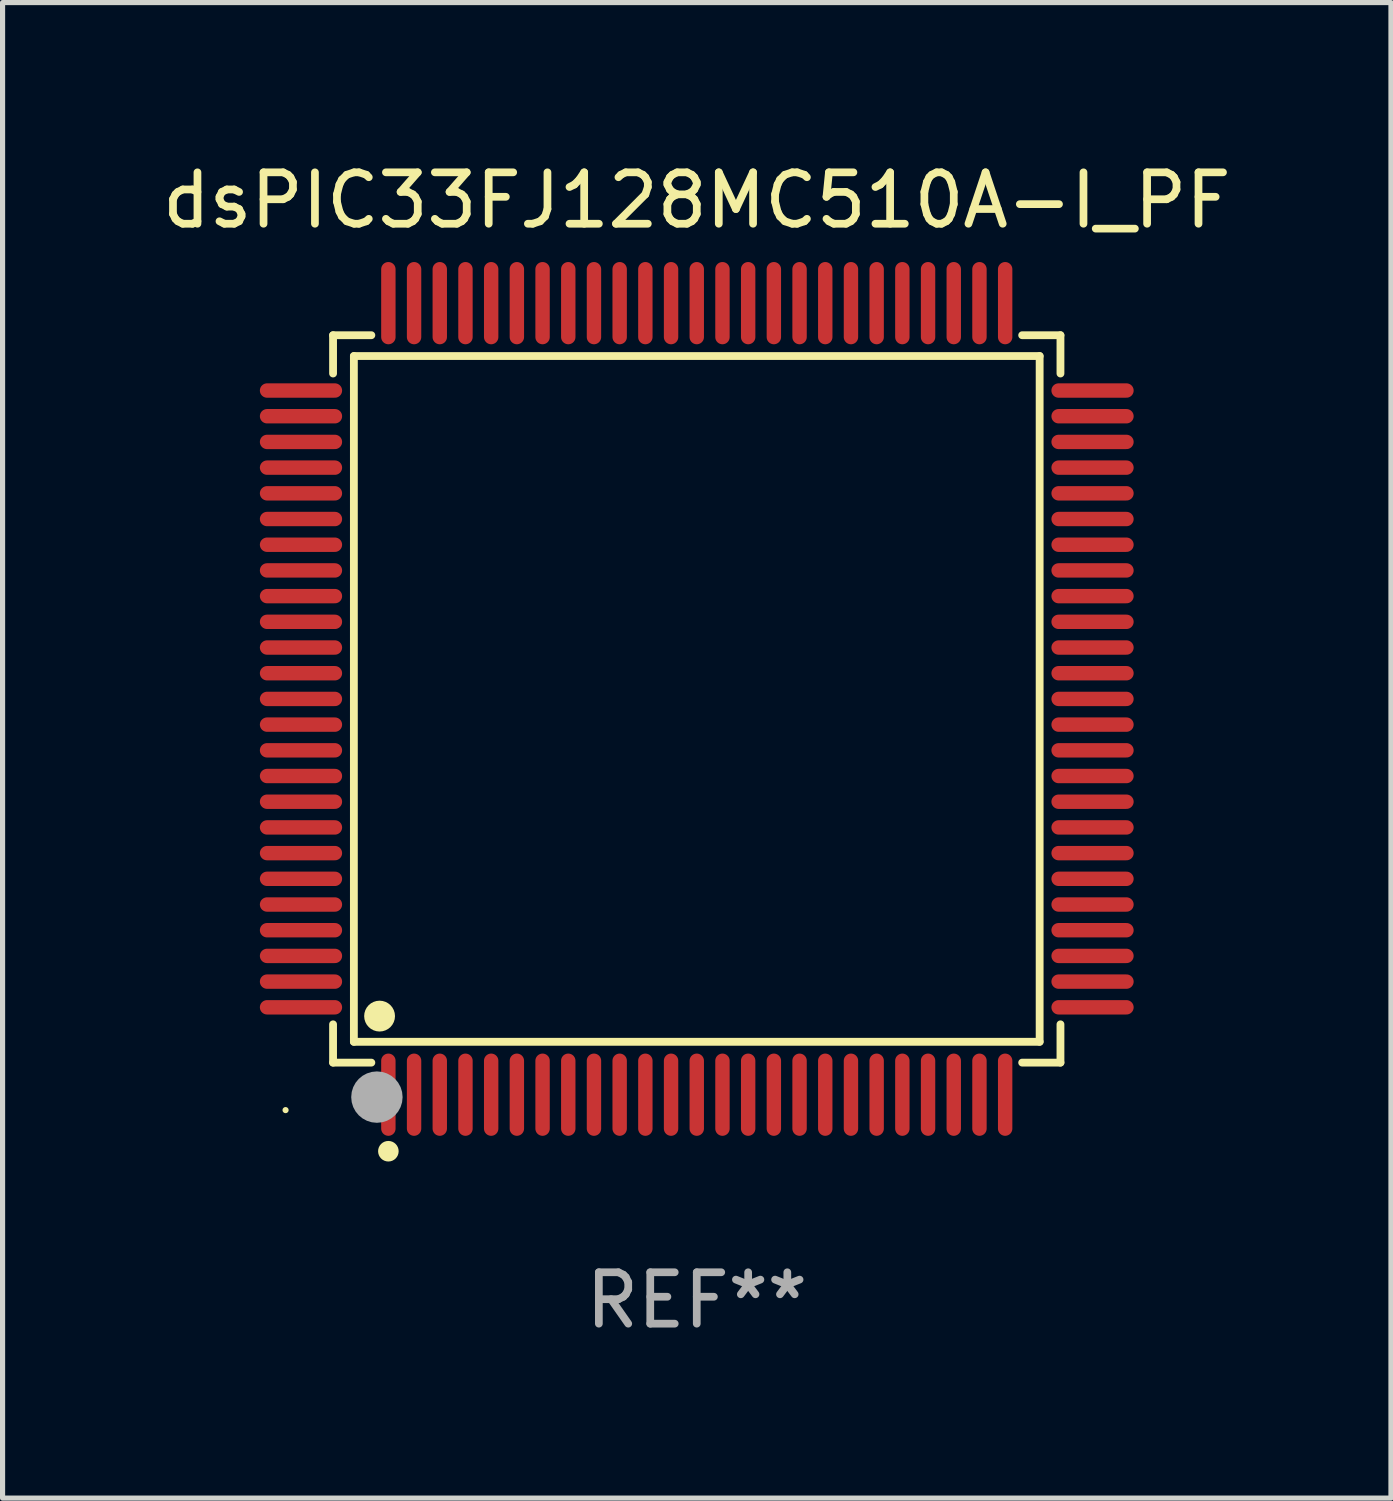
<source format=kicad_pcb>
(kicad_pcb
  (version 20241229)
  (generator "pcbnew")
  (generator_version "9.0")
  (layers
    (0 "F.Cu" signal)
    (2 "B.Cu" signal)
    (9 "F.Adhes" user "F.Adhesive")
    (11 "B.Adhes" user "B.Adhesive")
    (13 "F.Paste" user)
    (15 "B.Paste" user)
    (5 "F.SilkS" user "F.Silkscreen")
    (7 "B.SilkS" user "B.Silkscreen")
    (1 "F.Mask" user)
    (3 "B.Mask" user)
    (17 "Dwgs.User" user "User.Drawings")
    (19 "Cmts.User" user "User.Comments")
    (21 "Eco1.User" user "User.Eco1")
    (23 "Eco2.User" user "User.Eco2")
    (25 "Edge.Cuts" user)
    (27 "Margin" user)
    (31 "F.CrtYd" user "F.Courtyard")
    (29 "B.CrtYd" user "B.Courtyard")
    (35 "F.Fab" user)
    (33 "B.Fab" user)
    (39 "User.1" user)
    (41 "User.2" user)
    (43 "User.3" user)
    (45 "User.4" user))
  (footprint "dsPIC33FJ128MC510A-I_PF"
    (layer "F.Cu")
    (at 10.506 10.548)
    (property "Reference" "dsPIC33FJ128MC510A-I_PF" (at 0 -9.7 0) (layer "F.SilkS") (effects (font (size 1 1) (thickness 0.15))))
    (attr through_hole)
    (fp_line (start -7.076 -7.076) (end -6.331 -7.076) (stroke (width 0.152) (type solid)) (layer "F.SilkS"))
    (fp_line (start -7.076 -6.331) (end -7.076 -7.076) (stroke (width 0.152) (type solid)) (layer "F.SilkS"))
    (fp_line (start -7.076 6.331) (end -7.076 7.076) (stroke (width 0.152) (type solid)) (layer "F.SilkS"))
    (fp_line (start -7.076 7.076) (end -6.331 7.076) (stroke (width 0.152) (type solid)) (layer "F.SilkS"))
    (fp_line (start -6.671 -6.671) (end 6.671 -6.671) (stroke (width 0.152) (type solid)) (layer "F.SilkS"))
    (fp_line (start -6.671 6.671) (end -6.671 -6.671) (stroke (width 0.152) (type solid)) (layer "F.SilkS"))
    (fp_line (start 6.671 -6.671) (end 6.671 6.671) (stroke (width 0.152) (type solid)) (layer "F.SilkS"))
    (fp_line (start 6.671 6.671) (end -6.671 6.671) (stroke (width 0.152) (type solid)) (layer "F.SilkS"))
    (fp_line (start 7.076 -7.076) (end 6.331 -7.076) (stroke (width 0.152) (type solid)) (layer "F.SilkS"))
    (fp_line (start 7.076 -6.331) (end 7.076 -7.076) (stroke (width 0.152) (type solid)) (layer "F.SilkS"))
    (fp_line (start 7.076 6.331) (end 7.076 7.076) (stroke (width 0.152) (type solid)) (layer "F.SilkS"))
    (fp_line (start 7.076 7.076) (end 6.331 7.076) (stroke (width 0.152) (type solid)) (layer "F.SilkS"))
    (fp_circle (center -8 8) (end -7.97 8) (stroke (width 0.06) (type solid)) (fill no) (layer "F.SilkS"))
    (fp_circle (center -6.171 6.171) (end -6.021 6.171) (stroke (width 0.3) (type solid)) (fill no) (layer "F.SilkS"))
    (fp_circle (center -6 8.8) (end -5.9 8.8) (stroke (width 0.2) (type solid)) (fill no) (layer "F.SilkS"))
    (fp_circle (center -6.223 7.747) (end -5.973 7.747) (stroke (width 0.5) (type solid)) (fill no) (layer "F.Fab"))
    (fp_text user "REF**" (at 0 11.7 0) (layer "F.Fab") (effects (font (size 1 1) (thickness 0.15))))
    (pad "1" smd oval (at -6 7.7) (size 0.28 1.6) (layers "F.Cu" "F.Mask" "F.Paste"))
    (pad "2" smd oval (at -5.5 7.7) (size 0.28 1.6) (layers "F.Cu" "F.Mask" "F.Paste"))
    (pad "3" smd oval (at -5 7.7) (size 0.28 1.6) (layers "F.Cu" "F.Mask" "F.Paste"))
    (pad "4" smd oval (at -4.5 7.7) (size 0.28 1.6) (layers "F.Cu" "F.Mask" "F.Paste"))
    (pad "5" smd oval (at -4 7.7) (size 0.28 1.6) (layers "F.Cu" "F.Mask" "F.Paste"))
    (pad "6" smd oval (at -3.5 7.7) (size 0.28 1.6) (layers "F.Cu" "F.Mask" "F.Paste"))
    (pad "7" smd oval (at -3 7.7) (size 0.28 1.6) (layers "F.Cu" "F.Mask" "F.Paste"))
    (pad "8" smd oval (at -2.5 7.7) (size 0.28 1.6) (layers "F.Cu" "F.Mask" "F.Paste"))
    (pad "9" smd oval (at -2 7.7) (size 0.28 1.6) (layers "F.Cu" "F.Mask" "F.Paste"))
    (pad "10" smd oval (at -1.5 7.7) (size 0.28 1.6) (layers "F.Cu" "F.Mask" "F.Paste"))
    (pad "11" smd oval (at -1 7.7) (size 0.28 1.6) (layers "F.Cu" "F.Mask" "F.Paste"))
    (pad "12" smd oval (at -0.5 7.7) (size 0.28 1.6) (layers "F.Cu" "F.Mask" "F.Paste"))
    (pad "13" smd oval (at 0 7.7) (size 0.28 1.6) (layers "F.Cu" "F.Mask" "F.Paste"))
    (pad "14" smd oval (at 0.5 7.7) (size 0.28 1.6) (layers "F.Cu" "F.Mask" "F.Paste"))
    (pad "15" smd oval (at 1 7.7) (size 0.28 1.6) (layers "F.Cu" "F.Mask" "F.Paste"))
    (pad "16" smd oval (at 1.5 7.7) (size 0.28 1.6) (layers "F.Cu" "F.Mask" "F.Paste"))
    (pad "17" smd oval (at 2 7.7) (size 0.28 1.6) (layers "F.Cu" "F.Mask" "F.Paste"))
    (pad "18" smd oval (at 2.5 7.7) (size 0.28 1.6) (layers "F.Cu" "F.Mask" "F.Paste"))
    (pad "19" smd oval (at 3 7.7) (size 0.28 1.6) (layers "F.Cu" "F.Mask" "F.Paste"))
    (pad "20" smd oval (at 3.5 7.7) (size 0.28 1.6) (layers "F.Cu" "F.Mask" "F.Paste"))
    (pad "21" smd oval (at 4 7.7) (size 0.28 1.6) (layers "F.Cu" "F.Mask" "F.Paste"))
    (pad "22" smd oval (at 4.5 7.7) (size 0.28 1.6) (layers "F.Cu" "F.Mask" "F.Paste"))
    (pad "23" smd oval (at 5 7.7) (size 0.28 1.6) (layers "F.Cu" "F.Mask" "F.Paste"))
    (pad "24" smd oval (at 5.5 7.7) (size 0.28 1.6) (layers "F.Cu" "F.Mask" "F.Paste"))
    (pad "25" smd oval (at 6 7.7) (size 0.28 1.6) (layers "F.Cu" "F.Mask" "F.Paste"))
    (pad "26" smd oval (at 7.7 6) (size 1.6 0.28) (layers "F.Cu" "F.Mask" "F.Paste"))
    (pad "27" smd oval (at 7.7 5.5) (size 1.6 0.28) (layers "F.Cu" "F.Mask" "F.Paste"))
    (pad "28" smd oval (at 7.7 5) (size 1.6 0.28) (layers "F.Cu" "F.Mask" "F.Paste"))
    (pad "29" smd oval (at 7.7 4.5) (size 1.6 0.28) (layers "F.Cu" "F.Mask" "F.Paste"))
    (pad "30" smd oval (at 7.7 4) (size 1.6 0.28) (layers "F.Cu" "F.Mask" "F.Paste"))
    (pad "31" smd oval (at 7.7 3.5) (size 1.6 0.28) (layers "F.Cu" "F.Mask" "F.Paste"))
    (pad "32" smd oval (at 7.7 3) (size 1.6 0.28) (layers "F.Cu" "F.Mask" "F.Paste"))
    (pad "33" smd oval (at 7.7 2.5) (size 1.6 0.28) (layers "F.Cu" "F.Mask" "F.Paste"))
    (pad "34" smd oval (at 7.7 2) (size 1.6 0.28) (layers "F.Cu" "F.Mask" "F.Paste"))
    (pad "35" smd oval (at 7.7 1.5) (size 1.6 0.28) (layers "F.Cu" "F.Mask" "F.Paste"))
    (pad "36" smd oval (at 7.7 1) (size 1.6 0.28) (layers "F.Cu" "F.Mask" "F.Paste"))
    (pad "37" smd oval (at 7.7 0.5) (size 1.6 0.28) (layers "F.Cu" "F.Mask" "F.Paste"))
    (pad "38" smd oval (at 7.7 0) (size 1.6 0.28) (layers "F.Cu" "F.Mask" "F.Paste"))
    (pad "39" smd oval (at 7.7 -0.5) (size 1.6 0.28) (layers "F.Cu" "F.Mask" "F.Paste"))
    (pad "40" smd oval (at 7.7 -1) (size 1.6 0.28) (layers "F.Cu" "F.Mask" "F.Paste"))
    (pad "41" smd oval (at 7.7 -1.5) (size 1.6 0.28) (layers "F.Cu" "F.Mask" "F.Paste"))
    (pad "42" smd oval (at 7.7 -2) (size 1.6 0.28) (layers "F.Cu" "F.Mask" "F.Paste"))
    (pad "43" smd oval (at 7.7 -2.5) (size 1.6 0.28) (layers "F.Cu" "F.Mask" "F.Paste"))
    (pad "44" smd oval (at 7.7 -3) (size 1.6 0.28) (layers "F.Cu" "F.Mask" "F.Paste"))
    (pad "45" smd oval (at 7.7 -3.5) (size 1.6 0.28) (layers "F.Cu" "F.Mask" "F.Paste"))
    (pad "46" smd oval (at 7.7 -4) (size 1.6 0.28) (layers "F.Cu" "F.Mask" "F.Paste"))
    (pad "47" smd oval (at 7.7 -4.5) (size 1.6 0.28) (layers "F.Cu" "F.Mask" "F.Paste"))
    (pad "48" smd oval (at 7.7 -5) (size 1.6 0.28) (layers "F.Cu" "F.Mask" "F.Paste"))
    (pad "49" smd oval (at 7.7 -5.5) (size 1.6 0.28) (layers "F.Cu" "F.Mask" "F.Paste"))
    (pad "50" smd oval (at 7.7 -6) (size 1.6 0.28) (layers "F.Cu" "F.Mask" "F.Paste"))
    (pad "51" smd oval (at 6 -7.7) (size 0.28 1.6) (layers "F.Cu" "F.Mask" "F.Paste"))
    (pad "52" smd oval (at 5.5 -7.7) (size 0.28 1.6) (layers "F.Cu" "F.Mask" "F.Paste"))
    (pad "53" smd oval (at 5 -7.7) (size 0.28 1.6) (layers "F.Cu" "F.Mask" "F.Paste"))
    (pad "54" smd oval (at 4.5 -7.7) (size 0.28 1.6) (layers "F.Cu" "F.Mask" "F.Paste"))
    (pad "55" smd oval (at 4 -7.7) (size 0.28 1.6) (layers "F.Cu" "F.Mask" "F.Paste"))
    (pad "56" smd oval (at 3.5 -7.7) (size 0.28 1.6) (layers "F.Cu" "F.Mask" "F.Paste"))
    (pad "57" smd oval (at 3 -7.7) (size 0.28 1.6) (layers "F.Cu" "F.Mask" "F.Paste"))
    (pad "58" smd oval (at 2.5 -7.7) (size 0.28 1.6) (layers "F.Cu" "F.Mask" "F.Paste"))
    (pad "59" smd oval (at 2 -7.7) (size 0.28 1.6) (layers "F.Cu" "F.Mask" "F.Paste"))
    (pad "60" smd oval (at 1.5 -7.7) (size 0.28 1.6) (layers "F.Cu" "F.Mask" "F.Paste"))
    (pad "61" smd oval (at 1 -7.7) (size 0.28 1.6) (layers "F.Cu" "F.Mask" "F.Paste"))
    (pad "62" smd oval (at 0.5 -7.7) (size 0.28 1.6) (layers "F.Cu" "F.Mask" "F.Paste"))
    (pad "63" smd oval (at 0 -7.7) (size 0.28 1.6) (layers "F.Cu" "F.Mask" "F.Paste"))
    (pad "64" smd oval (at -0.5 -7.7) (size 0.28 1.6) (layers "F.Cu" "F.Mask" "F.Paste"))
    (pad "65" smd oval (at -1 -7.7) (size 0.28 1.6) (layers "F.Cu" "F.Mask" "F.Paste"))
    (pad "66" smd oval (at -1.5 -7.7) (size 0.28 1.6) (layers "F.Cu" "F.Mask" "F.Paste"))
    (pad "67" smd oval (at -2 -7.7) (size 0.28 1.6) (layers "F.Cu" "F.Mask" "F.Paste"))
    (pad "68" smd oval (at -2.5 -7.7) (size 0.28 1.6) (layers "F.Cu" "F.Mask" "F.Paste"))
    (pad "69" smd oval (at -3 -7.7) (size 0.28 1.6) (layers "F.Cu" "F.Mask" "F.Paste"))
    (pad "70" smd oval (at -3.5 -7.7) (size 0.28 1.6) (layers "F.Cu" "F.Mask" "F.Paste"))
    (pad "71" smd oval (at -4 -7.7) (size 0.28 1.6) (layers "F.Cu" "F.Mask" "F.Paste"))
    (pad "72" smd oval (at -4.5 -7.7) (size 0.28 1.6) (layers "F.Cu" "F.Mask" "F.Paste"))
    (pad "73" smd oval (at -5 -7.7) (size 0.28 1.6) (layers "F.Cu" "F.Mask" "F.Paste"))
    (pad "74" smd oval (at -5.5 -7.7) (size 0.28 1.6) (layers "F.Cu" "F.Mask" "F.Paste"))
    (pad "75" smd oval (at -6 -7.7) (size 0.28 1.6) (layers "F.Cu" "F.Mask" "F.Paste"))
    (pad "76" smd oval (at -7.7 -6) (size 1.6 0.28) (layers "F.Cu" "F.Mask" "F.Paste"))
    (pad "77" smd oval (at -7.7 -5.5) (size 1.6 0.28) (layers "F.Cu" "F.Mask" "F.Paste"))
    (pad "78" smd oval (at -7.7 -5) (size 1.6 0.28) (layers "F.Cu" "F.Mask" "F.Paste"))
    (pad "79" smd oval (at -7.7 -4.5) (size 1.6 0.28) (layers "F.Cu" "F.Mask" "F.Paste"))
    (pad "80" smd oval (at -7.7 -4) (size 1.6 0.28) (layers "F.Cu" "F.Mask" "F.Paste"))
    (pad "81" smd oval (at -7.7 -3.5) (size 1.6 0.28) (layers "F.Cu" "F.Mask" "F.Paste"))
    (pad "82" smd oval (at -7.7 -3) (size 1.6 0.28) (layers "F.Cu" "F.Mask" "F.Paste"))
    (pad "83" smd oval (at -7.7 -2.5) (size 1.6 0.28) (layers "F.Cu" "F.Mask" "F.Paste"))
    (pad "84" smd oval (at -7.7 -2) (size 1.6 0.28) (layers "F.Cu" "F.Mask" "F.Paste"))
    (pad "85" smd oval (at -7.7 -1.5) (size 1.6 0.28) (layers "F.Cu" "F.Mask" "F.Paste"))
    (pad "86" smd oval (at -7.7 -1) (size 1.6 0.28) (layers "F.Cu" "F.Mask" "F.Paste"))
    (pad "87" smd oval (at -7.7 -0.5) (size 1.6 0.28) (layers "F.Cu" "F.Mask" "F.Paste"))
    (pad "88" smd oval (at -7.7 0) (size 1.6 0.28) (layers "F.Cu" "F.Mask" "F.Paste"))
    (pad "89" smd oval (at -7.7 0.5) (size 1.6 0.28) (layers "F.Cu" "F.Mask" "F.Paste"))
    (pad "90" smd oval (at -7.7 1) (size 1.6 0.28) (layers "F.Cu" "F.Mask" "F.Paste"))
    (pad "91" smd oval (at -7.7 1.5) (size 1.6 0.28) (layers "F.Cu" "F.Mask" "F.Paste"))
    (pad "92" smd oval (at -7.7 2) (size 1.6 0.28) (layers "F.Cu" "F.Mask" "F.Paste"))
    (pad "93" smd oval (at -7.7 2.5) (size 1.6 0.28) (layers "F.Cu" "F.Mask" "F.Paste"))
    (pad "94" smd oval (at -7.7 3) (size 1.6 0.28) (layers "F.Cu" "F.Mask" "F.Paste"))
    (pad "95" smd oval (at -7.7 3.5) (size 1.6 0.28) (layers "F.Cu" "F.Mask" "F.Paste"))
    (pad "96" smd oval (at -7.7 4) (size 1.6 0.28) (layers "F.Cu" "F.Mask" "F.Paste"))
    (pad "97" smd oval (at -7.7 4.5) (size 1.6 0.28) (layers "F.Cu" "F.Mask" "F.Paste"))
    (pad "98" smd oval (at -7.7 5) (size 1.6 0.28) (layers "F.Cu" "F.Mask" "F.Paste"))
    (pad "99" smd oval (at -7.7 5.5) (size 1.6 0.28) (layers "F.Cu" "F.Mask" "F.Paste"))
    (pad "100" smd oval (at -7.7 6) (size 1.6 0.28) (layers "F.Cu" "F.Mask" "F.Paste")))
  (gr_rect
    (start -3 -3)
    (end 24.012 26.097)
    (stroke (width 0.1) (type default))
    (fill no)
    (layer "Edge.Cuts")))
</source>
